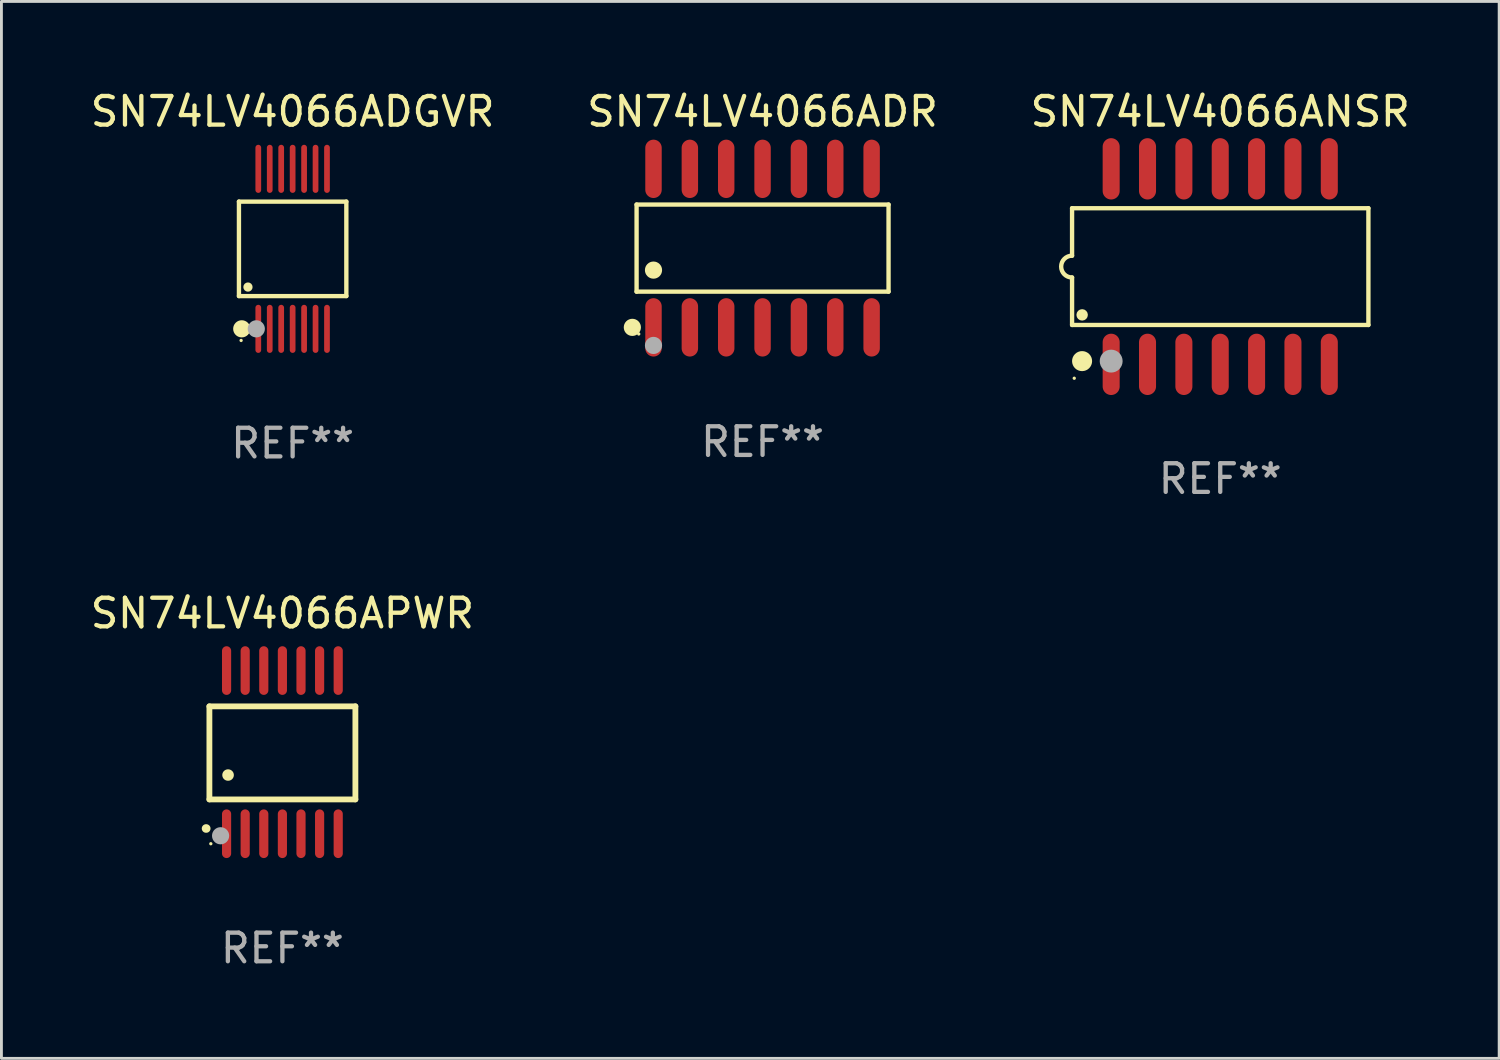
<source format=kicad_pcb>
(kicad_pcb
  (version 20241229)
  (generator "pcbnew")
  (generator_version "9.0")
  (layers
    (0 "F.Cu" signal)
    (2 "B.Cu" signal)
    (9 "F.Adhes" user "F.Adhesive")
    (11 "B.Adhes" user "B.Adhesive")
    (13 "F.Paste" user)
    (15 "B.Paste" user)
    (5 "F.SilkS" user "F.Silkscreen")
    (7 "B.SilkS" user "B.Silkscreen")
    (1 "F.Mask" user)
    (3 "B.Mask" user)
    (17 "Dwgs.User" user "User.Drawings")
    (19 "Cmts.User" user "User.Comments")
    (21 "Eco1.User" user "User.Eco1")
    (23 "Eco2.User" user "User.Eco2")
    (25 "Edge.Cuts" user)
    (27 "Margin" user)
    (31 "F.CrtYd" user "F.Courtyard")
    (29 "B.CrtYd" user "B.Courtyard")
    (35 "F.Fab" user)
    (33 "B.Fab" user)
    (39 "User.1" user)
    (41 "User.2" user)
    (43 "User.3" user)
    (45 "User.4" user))
  (footprint "SN74LV4066APWR"
    (layer "F.Cu")
    (at 6.815 23.225)
    (property "Reference" "SN74LV4066APWR" (at 0 -4.85 0) (layer "F.SilkS") (effects (font (size 1 1) (thickness 0.15))))
    (attr through_hole)
    (fp_line (start -2.55 -1.6) (end 2.55 -1.6) (stroke (width 0.203) (type solid)) (layer "F.SilkS"))
    (fp_line (start -2.55 1.651) (end -2.55 -1.6) (stroke (width 0.203) (type solid)) (layer "F.SilkS"))
    (fp_line (start 2.55 -1.6) (end 2.55 1.651) (stroke (width 0.203) (type solid)) (layer "F.SilkS"))
    (fp_line (start 2.55 1.651) (end -2.55 1.651) (stroke (width 0.203) (type solid)) (layer "F.SilkS"))
    (fp_arc (start -2.667005 2.667005) (mid -2.663677 2.667046) (end -2.66035 2.667157) (stroke (width 0.3) (type solid)) (layer "F.SilkS"))
    (fp_arc (start -1.9 0.8) (mid -1.897803 0.800014) (end -1.895606 0.800051) (stroke (width 0.4) (type solid)) (layer "F.SilkS"))
    (fp_circle (center -2.5 3.2) (end -2.47 3.2) (stroke (width 0.06) (type solid)) (fill no) (layer "F.SilkS"))
    (fp_circle (center -2.159 2.921) (end -2.009 2.921) (stroke (width 0.3) (type solid)) (fill no) (layer "F.Fab"))
    (fp_text user "REF**" (at 0 6.85 0) (layer "F.Fab") (effects (font (size 1 1) (thickness 0.15))))
    (pad "1" smd oval (at -1.95 2.85 180) (size 0.32 1.7) (layers "F.Cu" "F.Mask" "F.Paste"))
    (pad "2" smd oval (at -1.3 2.85 180) (size 0.32 1.7) (layers "F.Cu" "F.Mask" "F.Paste"))
    (pad "3" smd oval (at -0.65 2.85 180) (size 0.32 1.7) (layers "F.Cu" "F.Mask" "F.Paste"))
    (pad "4" smd oval (at 0 2.85 180) (size 0.32 1.7) (layers "F.Cu" "F.Mask" "F.Paste"))
    (pad "5" smd oval (at 0.65 2.85 180) (size 0.32 1.7) (layers "F.Cu" "F.Mask" "F.Paste"))
    (pad "6" smd oval (at 1.3 2.85 180) (size 0.32 1.7) (layers "F.Cu" "F.Mask" "F.Paste"))
    (pad "7" smd oval (at 1.95 2.85 180) (size 0.32 1.7) (layers "F.Cu" "F.Mask" "F.Paste"))
    (pad "8" smd oval (at 1.95 -2.85 180) (size 0.32 1.7) (layers "F.Cu" "F.Mask" "F.Paste"))
    (pad "9" smd oval (at 1.3 -2.85 180) (size 0.32 1.7) (layers "F.Cu" "F.Mask" "F.Paste"))
    (pad "10" smd oval (at 0.65 -2.85 180) (size 0.32 1.7) (layers "F.Cu" "F.Mask" "F.Paste"))
    (pad "11" smd oval (at 0 -2.85 180) (size 0.32 1.7) (layers "F.Cu" "F.Mask" "F.Paste"))
    (pad "12" smd oval (at -0.65 -2.85 180) (size 0.32 1.7) (layers "F.Cu" "F.Mask" "F.Paste"))
    (pad "13" smd oval (at -1.3 -2.85 180) (size 0.32 1.7) (layers "F.Cu" "F.Mask" "F.Paste"))
    (pad "14" smd oval (at -1.95 -2.85 180) (size 0.32 1.7) (layers "F.Cu" "F.Mask" "F.Paste")))
  (footprint "SN74LV4066ANSR"
    (layer "F.Cu")
    (at 39.577 6.263)
    (property "Reference" "SN74LV4066ANSR" (at 0 -5.415 0) (layer "F.SilkS") (effects (font (size 1 1) (thickness 0.15))))
    (attr through_hole)
    (fp_line (start -5.176 -2.039) (end 5.176 -2.039) (stroke (width 0.152) (type solid)) (layer "F.SilkS"))
    (fp_line (start -5.176 -0.381) (end -5.176 -2.039) (stroke (width 0.152) (type solid)) (layer "F.SilkS"))
    (fp_line (start -5.176 0.381) (end -5.176 2.039) (stroke (width 0.152) (type solid)) (layer "F.SilkS"))
    (fp_line (start 5.176 -2.039) (end 5.176 2.039) (stroke (width 0.152) (type solid)) (layer "F.SilkS"))
    (fp_line (start 5.176 2.039) (end -5.176 2.039) (stroke (width 0.152) (type solid)) (layer "F.SilkS"))
    (fp_arc (start -5.1762 0.381001) (mid -5.557201 0) (end -5.1762 -0.381001) (stroke (width 0.151994) (type solid)) (layer "F.SilkS"))
    (fp_circle (center -5.1 3.9) (end -5.07 3.9) (stroke (width 0.06) (type solid)) (fill no) (layer "F.SilkS"))
    (fp_circle (center -4.826 3.302) (end -4.651 3.302) (stroke (width 0.35) (type solid)) (fill no) (layer "F.SilkS"))
    (fp_circle (center -4.824 1.687) (end -4.724 1.687) (stroke (width 0.2) (type solid)) (fill no) (layer "F.SilkS"))
    (fp_circle (center -3.81 3.302) (end -3.61 3.302) (stroke (width 0.4) (type solid)) (fill no) (layer "F.Fab"))
    (fp_text user "REF**" (at 0 7.415 0) (layer "F.Fab") (effects (font (size 1 1) (thickness 0.15))))
    (pad "1" smd oval (at -3.81 3.415) (size 0.595 2.142) (layers "F.Cu" "F.Mask" "F.Paste"))
    (pad "2" smd oval (at -2.54 3.415) (size 0.595 2.142) (layers "F.Cu" "F.Mask" "F.Paste"))
    (pad "3" smd oval (at -1.27 3.415) (size 0.595 2.142) (layers "F.Cu" "F.Mask" "F.Paste"))
    (pad "4" smd oval (at 0 3.415) (size 0.595 2.142) (layers "F.Cu" "F.Mask" "F.Paste"))
    (pad "5" smd oval (at 1.27 3.415) (size 0.595 2.142) (layers "F.Cu" "F.Mask" "F.Paste"))
    (pad "6" smd oval (at 2.54 3.415) (size 0.595 2.142) (layers "F.Cu" "F.Mask" "F.Paste"))
    (pad "7" smd oval (at 3.81 3.415) (size 0.595 2.142) (layers "F.Cu" "F.Mask" "F.Paste"))
    (pad "8" smd oval (at 3.81 -3.415) (size 0.595 2.142) (layers "F.Cu" "F.Mask" "F.Paste"))
    (pad "9" smd oval (at 2.54 -3.415) (size 0.595 2.142) (layers "F.Cu" "F.Mask" "F.Paste"))
    (pad "10" smd oval (at 1.27 -3.415) (size 0.595 2.142) (layers "F.Cu" "F.Mask" "F.Paste"))
    (pad "11" smd oval (at 0 -3.415) (size 0.595 2.142) (layers "F.Cu" "F.Mask" "F.Paste"))
    (pad "12" smd oval (at -1.27 -3.415) (size 0.595 2.142) (layers "F.Cu" "F.Mask" "F.Paste"))
    (pad "13" smd oval (at -2.54 -3.415) (size 0.595 2.142) (layers "F.Cu" "F.Mask" "F.Paste"))
    (pad "14" smd oval (at -3.81 -3.415) (size 0.595 2.142) (layers "F.Cu" "F.Mask" "F.Paste")))
  (footprint "SN74LV4066ADGVR"
    (layer "F.Cu")
    (at 7.173 5.643)
    (property "Reference" "SN74LV4066ADGVR" (at 0 -4.795 0) (layer "F.SilkS") (effects (font (size 1 1) (thickness 0.15))))
    (attr through_hole)
    (fp_line (start -1.876 -1.65) (end 1.876 -1.65) (stroke (width 0.152) (type solid)) (layer "F.SilkS"))
    (fp_line (start -1.876 1.65) (end -1.876 -1.65) (stroke (width 0.152) (type solid)) (layer "F.SilkS"))
    (fp_line (start 1.876 -1.65) (end 1.876 1.65) (stroke (width 0.152) (type solid)) (layer "F.SilkS"))
    (fp_line (start 1.876 1.65) (end -1.876 1.65) (stroke (width 0.152) (type solid)) (layer "F.SilkS"))
    (fp_circle (center -1.8 3.2) (end -1.77 3.2) (stroke (width 0.06) (type solid)) (fill no) (layer "F.SilkS"))
    (fp_circle (center -1.778 2.794) (end -1.628 2.794) (stroke (width 0.3) (type solid)) (fill no) (layer "F.SilkS"))
    (fp_circle (center -1.561 1.335) (end -1.48 1.335) (stroke (width 0.162) (type solid)) (fill no) (layer "F.SilkS"))
    (fp_circle (center -1.27 2.794) (end -1.12 2.794) (stroke (width 0.3) (type solid)) (fill no) (layer "F.Fab"))
    (fp_text user "REF**" (at 0 6.795 0) (layer "F.Fab") (effects (font (size 1 1) (thickness 0.15))))
    (pad "1" smd oval (at -1.2 2.795) (size 0.2 1.68) (layers "F.Cu" "F.Mask" "F.Paste"))
    (pad "2" smd oval (at -0.8 2.795) (size 0.2 1.68) (layers "F.Cu" "F.Mask" "F.Paste"))
    (pad "3" smd oval (at -0.4 2.795) (size 0.2 1.68) (layers "F.Cu" "F.Mask" "F.Paste"))
    (pad "4" smd oval (at 0 2.795) (size 0.2 1.68) (layers "F.Cu" "F.Mask" "F.Paste"))
    (pad "5" smd oval (at 0.4 2.795) (size 0.2 1.68) (layers "F.Cu" "F.Mask" "F.Paste"))
    (pad "6" smd oval (at 0.8 2.795) (size 0.2 1.68) (layers "F.Cu" "F.Mask" "F.Paste"))
    (pad "7" smd oval (at 1.2 2.795) (size 0.2 1.68) (layers "F.Cu" "F.Mask" "F.Paste"))
    (pad "8" smd oval (at 1.2 -2.795) (size 0.2 1.68) (layers "F.Cu" "F.Mask" "F.Paste"))
    (pad "9" smd oval (at 0.8 -2.795) (size 0.2 1.68) (layers "F.Cu" "F.Mask" "F.Paste"))
    (pad "10" smd oval (at 0.4 -2.795) (size 0.2 1.68) (layers "F.Cu" "F.Mask" "F.Paste"))
    (pad "11" smd oval (at 0 -2.795) (size 0.2 1.68) (layers "F.Cu" "F.Mask" "F.Paste"))
    (pad "12" smd oval (at -0.4 -2.795) (size 0.2 1.68) (layers "F.Cu" "F.Mask" "F.Paste"))
    (pad "13" smd oval (at -0.8 -2.795) (size 0.2 1.68) (layers "F.Cu" "F.Mask" "F.Paste"))
    (pad "14" smd oval (at -1.2 -2.795) (size 0.2 1.68) (layers "F.Cu" "F.Mask" "F.Paste")))
  (footprint "SN74LV4066ADR"
    (layer "F.Cu")
    (at 23.589 5.617)
    (property "Reference" "SN74LV4066ADR" (at 0 -4.769 0) (layer "F.SilkS") (effects (font (size 1 1) (thickness 0.15))))
    (attr through_hole)
    (fp_line (start -4.401 -1.521) (end 4.401 -1.521) (stroke (width 0.152) (type solid)) (layer "F.SilkS"))
    (fp_line (start -4.401 1.521) (end -4.401 -1.521) (stroke (width 0.152) (type solid)) (layer "F.SilkS"))
    (fp_line (start 4.401 -1.521) (end 4.401 1.521) (stroke (width 0.152) (type solid)) (layer "F.SilkS"))
    (fp_line (start 4.401 1.521) (end -4.401 1.521) (stroke (width 0.152) (type solid)) (layer "F.SilkS"))
    (fp_circle (center -4.549 2.769) (end -4.399 2.769) (stroke (width 0.3) (type solid)) (fill no) (layer "F.SilkS"))
    (fp_circle (center -4.325 3) (end -4.295 3) (stroke (width 0.06) (type solid)) (fill no) (layer "F.SilkS"))
    (fp_circle (center -3.81 0.769) (end -3.66 0.769) (stroke (width 0.3) (type solid)) (fill no) (layer "F.SilkS"))
    (fp_circle (center -3.81 3.4) (end -3.66 3.4) (stroke (width 0.3) (type solid)) (fill no) (layer "F.Fab"))
    (fp_text user "REF**" (at 0 6.769 0) (layer "F.Fab") (effects (font (size 1 1) (thickness 0.15))))
    (pad "1" smd oval (at -3.81 2.769) (size 0.574 2.038) (layers "F.Cu" "F.Mask" "F.Paste"))
    (pad "2" smd oval (at -2.54 2.769) (size 0.574 2.038) (layers "F.Cu" "F.Mask" "F.Paste"))
    (pad "3" smd oval (at -1.27 2.769) (size 0.574 2.038) (layers "F.Cu" "F.Mask" "F.Paste"))
    (pad "4" smd oval (at 0 2.769) (size 0.574 2.038) (layers "F.Cu" "F.Mask" "F.Paste"))
    (pad "5" smd oval (at 1.27 2.769) (size 0.574 2.038) (layers "F.Cu" "F.Mask" "F.Paste"))
    (pad "6" smd oval (at 2.54 2.769) (size 0.574 2.038) (layers "F.Cu" "F.Mask" "F.Paste"))
    (pad "7" smd oval (at 3.81 2.769) (size 0.574 2.038) (layers "F.Cu" "F.Mask" "F.Paste"))
    (pad "8" smd oval (at 3.81 -2.769) (size 0.574 2.038) (layers "F.Cu" "F.Mask" "F.Paste"))
    (pad "9" smd oval (at 2.54 -2.769) (size 0.574 2.038) (layers "F.Cu" "F.Mask" "F.Paste"))
    (pad "10" smd oval (at 1.27 -2.769) (size 0.574 2.038) (layers "F.Cu" "F.Mask" "F.Paste"))
    (pad "11" smd oval (at 0 -2.769) (size 0.574 2.038) (layers "F.Cu" "F.Mask" "F.Paste"))
    (pad "12" smd oval (at -1.27 -2.769) (size 0.574 2.038) (layers "F.Cu" "F.Mask" "F.Paste"))
    (pad "13" smd oval (at -2.54 -2.769) (size 0.574 2.038) (layers "F.Cu" "F.Mask" "F.Paste"))
    (pad "14" smd oval (at -3.81 -2.769) (size 0.574 2.038) (layers "F.Cu" "F.Mask" "F.Paste")))
  (gr_rect
    (start -3 -3)
    (end 49.321 33.923)
    (stroke (width 0.1) (type default))
    (fill no)
    (layer "Edge.Cuts")))
</source>
